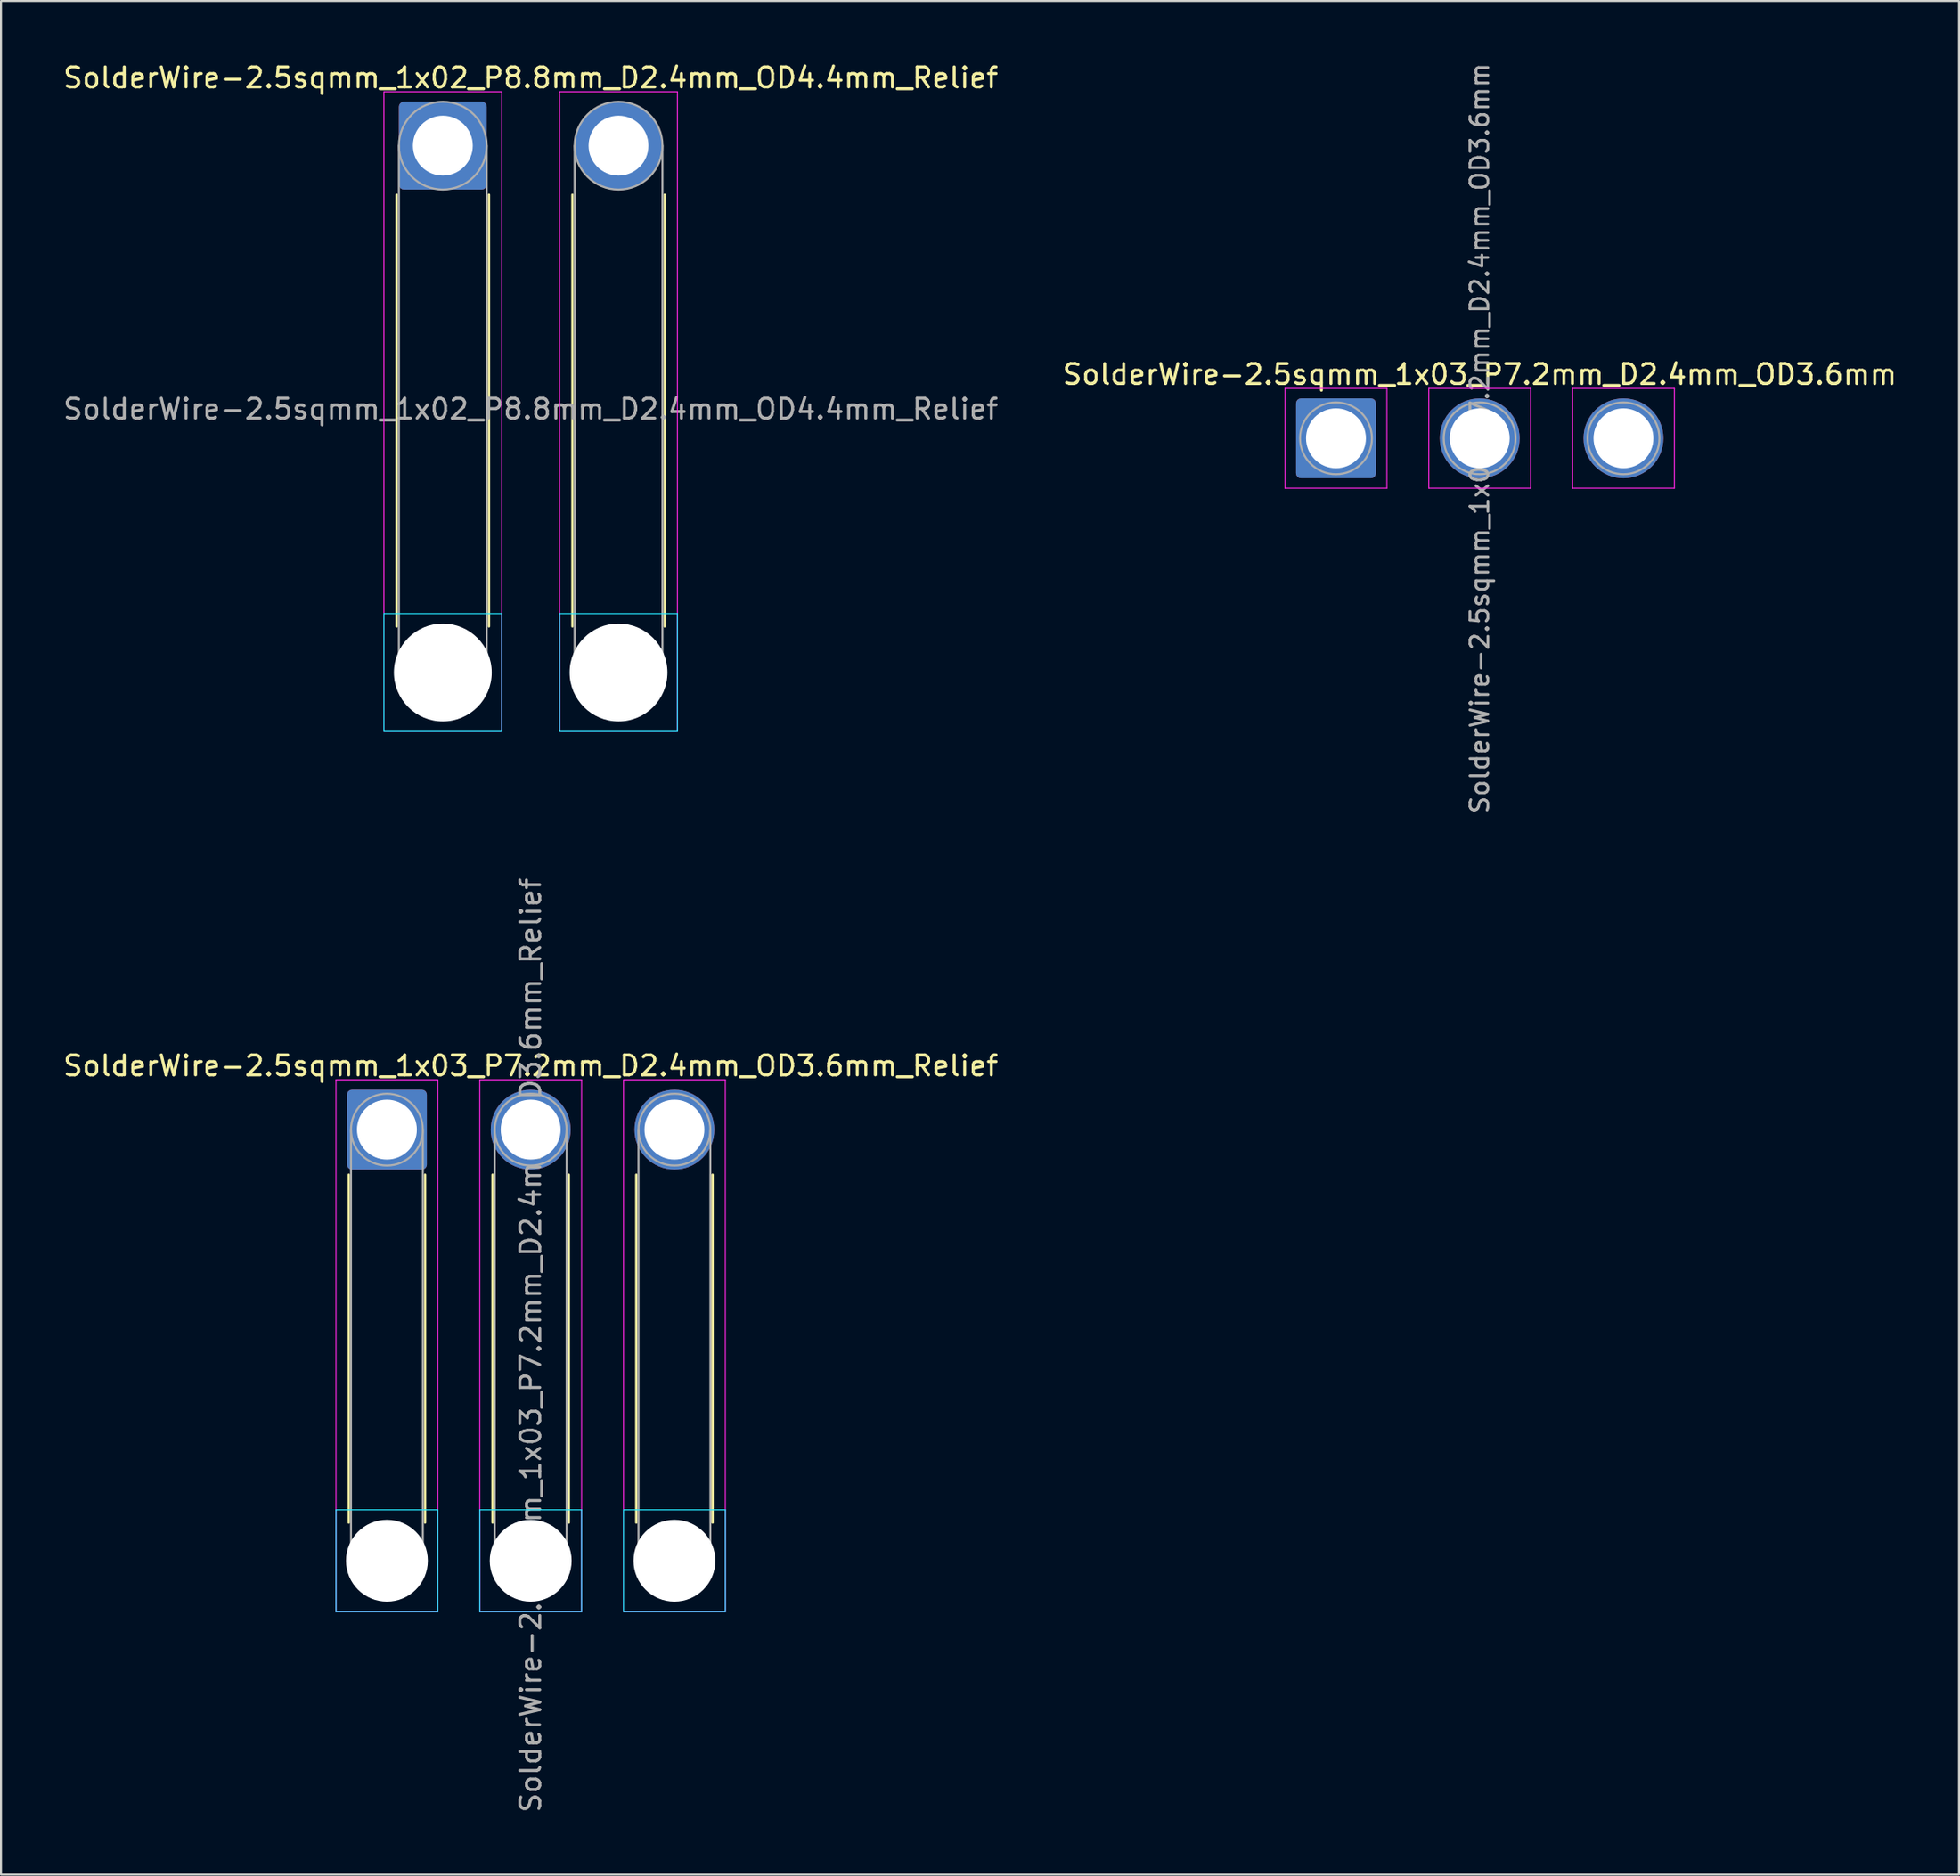
<source format=kicad_pcb>
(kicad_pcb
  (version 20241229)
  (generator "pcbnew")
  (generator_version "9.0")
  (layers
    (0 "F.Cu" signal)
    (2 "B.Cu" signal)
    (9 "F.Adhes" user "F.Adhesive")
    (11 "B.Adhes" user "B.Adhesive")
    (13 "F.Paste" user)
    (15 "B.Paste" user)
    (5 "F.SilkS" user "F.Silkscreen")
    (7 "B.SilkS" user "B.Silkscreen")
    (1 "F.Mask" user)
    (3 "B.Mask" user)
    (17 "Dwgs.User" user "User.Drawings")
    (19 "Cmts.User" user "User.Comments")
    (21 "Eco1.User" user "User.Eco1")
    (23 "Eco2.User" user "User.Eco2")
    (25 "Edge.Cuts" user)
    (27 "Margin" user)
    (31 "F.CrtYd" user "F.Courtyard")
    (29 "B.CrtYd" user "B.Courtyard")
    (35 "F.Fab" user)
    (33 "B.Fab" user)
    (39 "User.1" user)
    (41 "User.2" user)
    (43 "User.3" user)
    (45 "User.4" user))
  (footprint "SolderWire-2.5sqmm_1x02_P8.8mm_D2.4mm_OD4.4mm_Relief"
    (layer "F.Cu")
    (at 19.13 4.248)
    (property "Reference" "SolderWire-2.5sqmm_1x02_P8.8mm_D2.4mm_OD4.4mm_Relief" (at 4.4 -3.4 0) (layer "F.SilkS") (effects (font (size 1 1) (thickness 0.15))))
    (attr exclude_from_pos_files exclude_from_bom)
    (fp_line (start -2.31 2.46) (end -2.31 24.09) (stroke (width 0.12) (type solid)) (layer "F.SilkS"))
    (fp_line (start 2.31 2.46) (end 2.31 24.09) (stroke (width 0.12) (type solid)) (layer "F.SilkS"))
    (fp_line (start 6.49 2.46) (end 6.49 24.09) (stroke (width 0.12) (type solid)) (layer "F.SilkS"))
    (fp_line (start 11.11 2.46) (end 11.11 24.09) (stroke (width 0.12) (type solid)) (layer "F.SilkS"))
    (fp_line (start -2.95 23.45) (end -2.95 29.35) (stroke (width 0.05) (type solid)) (layer "B.CrtYd"))
    (fp_line (start -2.95 29.35) (end 2.95 29.35) (stroke (width 0.05) (type solid)) (layer "B.CrtYd"))
    (fp_line (start 2.95 23.45) (end -2.95 23.45) (stroke (width 0.05) (type solid)) (layer "B.CrtYd"))
    (fp_line (start 2.95 29.35) (end 2.95 23.45) (stroke (width 0.05) (type solid)) (layer "B.CrtYd"))
    (fp_line (start 5.85 23.45) (end 5.85 29.35) (stroke (width 0.05) (type solid)) (layer "B.CrtYd"))
    (fp_line (start 5.85 29.35) (end 11.75 29.35) (stroke (width 0.05) (type solid)) (layer "B.CrtYd"))
    (fp_line (start 11.75 23.45) (end 5.85 23.45) (stroke (width 0.05) (type solid)) (layer "B.CrtYd"))
    (fp_line (start 11.75 29.35) (end 11.75 23.45) (stroke (width 0.05) (type solid)) (layer "B.CrtYd"))
    (fp_line (start -2.95 -2.7) (end -2.95 29.35) (stroke (width 0.05) (type solid)) (layer "F.CrtYd"))
    (fp_line (start -2.95 29.35) (end 2.95 29.35) (stroke (width 0.05) (type solid)) (layer "F.CrtYd"))
    (fp_line (start 2.95 -2.7) (end -2.95 -2.7) (stroke (width 0.05) (type solid)) (layer "F.CrtYd"))
    (fp_line (start 2.95 29.35) (end 2.95 -2.7) (stroke (width 0.05) (type solid)) (layer "F.CrtYd"))
    (fp_line (start 5.85 -2.7) (end 5.85 29.35) (stroke (width 0.05) (type solid)) (layer "F.CrtYd"))
    (fp_line (start 5.85 29.35) (end 11.75 29.35) (stroke (width 0.05) (type solid)) (layer "F.CrtYd"))
    (fp_line (start 11.75 -2.7) (end 5.85 -2.7) (stroke (width 0.05) (type solid)) (layer "F.CrtYd"))
    (fp_line (start 11.75 29.35) (end 11.75 -2.7) (stroke (width 0.05) (type solid)) (layer "F.CrtYd"))
    (fp_line (start -2.2 0) (end -2.2 26.4) (stroke (width 0.1) (type solid)) (layer "F.Fab"))
    (fp_line (start 2.2 0) (end 2.2 26.4) (stroke (width 0.1) (type solid)) (layer "F.Fab"))
    (fp_line (start 6.6 0) (end 6.6 26.4) (stroke (width 0.1) (type solid)) (layer "F.Fab"))
    (fp_line (start 11 0) (end 11 26.4) (stroke (width 0.1) (type solid)) (layer "F.Fab"))
    (fp_circle (center 0 0) (end 2.2 0) (stroke (width 0.1) (type solid)) (fill no) (layer "F.Fab"))
    (fp_circle (center 0 26.4) (end 2.2 26.4) (stroke (width 0.1) (type solid)) (fill no) (layer "F.Fab"))
    (fp_circle (center 8.8 0) (end 11 0) (stroke (width 0.1) (type solid)) (fill no) (layer "F.Fab"))
    (fp_circle (center 8.8 26.4) (end 11 26.4) (stroke (width 0.1) (type solid)) (fill no) (layer "F.Fab"))
    (fp_text user "${REFERENCE}" (at 4.4 13.2 0) (layer "F.Fab") (effects (font (size 1 1) (thickness 0.15))))
    (pad "" np_thru_hole circle (at 0 26.4) (size 4.9 4.9) (drill 4.9) (layers "*.Cu" "*.Mask"))
    (pad "" np_thru_hole circle (at 8.8 26.4) (size 4.9 4.9) (drill 4.9) (layers "*.Cu" "*.Mask"))
    (pad "1" thru_hole roundrect (at 0 0) (size 4.4 4.4) (drill 3) (layers "*.Cu" "*.Mask") (roundrect_rratio 0.057))
    (pad "2" thru_hole circle (at 8.8 0) (size 4.4 4.4) (drill 3) (layers "*.Cu" "*.Mask")))
  (footprint "SolderWire-2.5sqmm_1x03_P7.2mm_D2.4mm_OD3.6mm"
    (layer "F.Cu")
    (at 63.865 18.913)
    (property "Reference" "SolderWire-2.5sqmm_1x03_P7.2mm_D2.4mm_OD3.6mm" (at 7.2 -3.2 0) (layer "F.SilkS") (effects (font (size 1 1) (thickness 0.15))))
    (attr exclude_from_pos_files exclude_from_bom)
    (fp_line (start -2.55 -2.5) (end -2.55 2.5) (stroke (width 0.05) (type solid)) (layer "F.CrtYd"))
    (fp_line (start -2.55 2.5) (end 2.55 2.5) (stroke (width 0.05) (type solid)) (layer "F.CrtYd"))
    (fp_line (start 2.55 -2.5) (end -2.55 -2.5) (stroke (width 0.05) (type solid)) (layer "F.CrtYd"))
    (fp_line (start 2.55 2.5) (end 2.55 -2.5) (stroke (width 0.05) (type solid)) (layer "F.CrtYd"))
    (fp_line (start 4.65 -2.5) (end 4.65 2.5) (stroke (width 0.05) (type solid)) (layer "F.CrtYd"))
    (fp_line (start 4.65 2.5) (end 9.75 2.5) (stroke (width 0.05) (type solid)) (layer "F.CrtYd"))
    (fp_line (start 9.75 -2.5) (end 4.65 -2.5) (stroke (width 0.05) (type solid)) (layer "F.CrtYd"))
    (fp_line (start 9.75 2.5) (end 9.75 -2.5) (stroke (width 0.05) (type solid)) (layer "F.CrtYd"))
    (fp_line (start 11.85 -2.5) (end 11.85 2.5) (stroke (width 0.05) (type solid)) (layer "F.CrtYd"))
    (fp_line (start 11.85 2.5) (end 16.95 2.5) (stroke (width 0.05) (type solid)) (layer "F.CrtYd"))
    (fp_line (start 16.95 -2.5) (end 11.85 -2.5) (stroke (width 0.05) (type solid)) (layer "F.CrtYd"))
    (fp_line (start 16.95 2.5) (end 16.95 -2.5) (stroke (width 0.05) (type solid)) (layer "F.CrtYd"))
    (fp_circle (center 0 0) (end 1.8 0) (stroke (width 0.1) (type solid)) (fill no) (layer "F.Fab"))
    (fp_circle (center 7.2 0) (end 9 0) (stroke (width 0.1) (type solid)) (fill no) (layer "F.Fab"))
    (fp_circle (center 14.4 0) (end 16.2 0) (stroke (width 0.1) (type solid)) (fill no) (layer "F.Fab"))
    (fp_text user "${REFERENCE}" (at 7.2 0 90) (layer "F.Fab") (effects (font (size 0.9 0.9) (thickness 0.14))))
    (pad "1" thru_hole roundrect (at 0 0) (size 4 4) (drill 3) (layers "*.Cu" "*.Mask") (roundrect_rratio 0.062))
    (pad "2" thru_hole circle (at 7.2 0) (size 4 4) (drill 3) (layers "*.Cu" "*.Mask"))
    (pad "3" thru_hole circle (at 14.4 0) (size 4 4) (drill 3) (layers "*.Cu" "*.Mask")))
  (footprint "SolderWire-2.5sqmm_1x03_P7.2mm_D2.4mm_OD3.6mm_Relief"
    (layer "F.Cu")
    (at 16.33 53.555)
    (property "Reference" "SolderWire-2.5sqmm_1x03_P7.2mm_D2.4mm_OD3.6mm_Relief" (at 7.2 -3.2 0) (layer "F.SilkS") (effects (font (size 1 1) (thickness 0.15))))
    (attr exclude_from_pos_files exclude_from_bom)
    (fp_line (start -1.91 2.26) (end -1.91 19.69) (stroke (width 0.12) (type solid)) (layer "F.SilkS"))
    (fp_line (start 1.91 2.26) (end 1.91 19.69) (stroke (width 0.12) (type solid)) (layer "F.SilkS"))
    (fp_line (start 5.29 2.26) (end 5.29 19.69) (stroke (width 0.12) (type solid)) (layer "F.SilkS"))
    (fp_line (start 9.11 2.26) (end 9.11 19.69) (stroke (width 0.12) (type solid)) (layer "F.SilkS"))
    (fp_line (start 12.49 2.26) (end 12.49 19.69) (stroke (width 0.12) (type solid)) (layer "F.SilkS"))
    (fp_line (start 16.31 2.26) (end 16.31 19.69) (stroke (width 0.12) (type solid)) (layer "F.SilkS"))
    (fp_line (start -2.55 19.05) (end -2.55 24.15) (stroke (width 0.05) (type solid)) (layer "B.CrtYd"))
    (fp_line (start -2.55 24.15) (end 2.55 24.15) (stroke (width 0.05) (type solid)) (layer "B.CrtYd"))
    (fp_line (start 2.55 19.05) (end -2.55 19.05) (stroke (width 0.05) (type solid)) (layer "B.CrtYd"))
    (fp_line (start 2.55 24.15) (end 2.55 19.05) (stroke (width 0.05) (type solid)) (layer "B.CrtYd"))
    (fp_line (start 4.65 19.05) (end 4.65 24.15) (stroke (width 0.05) (type solid)) (layer "B.CrtYd"))
    (fp_line (start 4.65 24.15) (end 9.75 24.15) (stroke (width 0.05) (type solid)) (layer "B.CrtYd"))
    (fp_line (start 9.75 19.05) (end 4.65 19.05) (stroke (width 0.05) (type solid)) (layer "B.CrtYd"))
    (fp_line (start 9.75 24.15) (end 9.75 19.05) (stroke (width 0.05) (type solid)) (layer "B.CrtYd"))
    (fp_line (start 11.85 19.05) (end 11.85 24.15) (stroke (width 0.05) (type solid)) (layer "B.CrtYd"))
    (fp_line (start 11.85 24.15) (end 16.95 24.15) (stroke (width 0.05) (type solid)) (layer "B.CrtYd"))
    (fp_line (start 16.95 19.05) (end 11.85 19.05) (stroke (width 0.05) (type solid)) (layer "B.CrtYd"))
    (fp_line (start 16.95 24.15) (end 16.95 19.05) (stroke (width 0.05) (type solid)) (layer "B.CrtYd"))
    (fp_line (start -2.55 -2.5) (end -2.55 24.15) (stroke (width 0.05) (type solid)) (layer "F.CrtYd"))
    (fp_line (start -2.55 24.15) (end 2.55 24.15) (stroke (width 0.05) (type solid)) (layer "F.CrtYd"))
    (fp_line (start 2.55 -2.5) (end -2.55 -2.5) (stroke (width 0.05) (type solid)) (layer "F.CrtYd"))
    (fp_line (start 2.55 24.15) (end 2.55 -2.5) (stroke (width 0.05) (type solid)) (layer "F.CrtYd"))
    (fp_line (start 4.65 -2.5) (end 4.65 24.15) (stroke (width 0.05) (type solid)) (layer "F.CrtYd"))
    (fp_line (start 4.65 24.15) (end 9.75 24.15) (stroke (width 0.05) (type solid)) (layer "F.CrtYd"))
    (fp_line (start 9.75 -2.5) (end 4.65 -2.5) (stroke (width 0.05) (type solid)) (layer "F.CrtYd"))
    (fp_line (start 9.75 24.15) (end 9.75 -2.5) (stroke (width 0.05) (type solid)) (layer "F.CrtYd"))
    (fp_line (start 11.85 -2.5) (end 11.85 24.15) (stroke (width 0.05) (type solid)) (layer "F.CrtYd"))
    (fp_line (start 11.85 24.15) (end 16.95 24.15) (stroke (width 0.05) (type solid)) (layer "F.CrtYd"))
    (fp_line (start 16.95 -2.5) (end 11.85 -2.5) (stroke (width 0.05) (type solid)) (layer "F.CrtYd"))
    (fp_line (start 16.95 24.15) (end 16.95 -2.5) (stroke (width 0.05) (type solid)) (layer "F.CrtYd"))
    (fp_line (start -1.8 0) (end -1.8 21.6) (stroke (width 0.1) (type solid)) (layer "F.Fab"))
    (fp_line (start 1.8 0) (end 1.8 21.6) (stroke (width 0.1) (type solid)) (layer "F.Fab"))
    (fp_line (start 5.4 0) (end 5.4 21.6) (stroke (width 0.1) (type solid)) (layer "F.Fab"))
    (fp_line (start 9 0) (end 9 21.6) (stroke (width 0.1) (type solid)) (layer "F.Fab"))
    (fp_line (start 12.6 0) (end 12.6 21.6) (stroke (width 0.1) (type solid)) (layer "F.Fab"))
    (fp_line (start 16.2 0) (end 16.2 21.6) (stroke (width 0.1) (type solid)) (layer "F.Fab"))
    (fp_circle (center 0 0) (end 1.8 0) (stroke (width 0.1) (type solid)) (fill no) (layer "F.Fab"))
    (fp_circle (center 0 21.6) (end 1.8 21.6) (stroke (width 0.1) (type solid)) (fill no) (layer "F.Fab"))
    (fp_circle (center 7.2 0) (end 9 0) (stroke (width 0.1) (type solid)) (fill no) (layer "F.Fab"))
    (fp_circle (center 7.2 21.6) (end 9 21.6) (stroke (width 0.1) (type solid)) (fill no) (layer "F.Fab"))
    (fp_circle (center 14.4 0) (end 16.2 0) (stroke (width 0.1) (type solid)) (fill no) (layer "F.Fab"))
    (fp_circle (center 14.4 21.6) (end 16.2 21.6) (stroke (width 0.1) (type solid)) (fill no) (layer "F.Fab"))
    (fp_text user "${REFERENCE}" (at 7.2 10.8 90) (layer "F.Fab") (effects (font (size 1 1) (thickness 0.15))))
    (pad "" np_thru_hole circle (at 0 21.6) (size 4.1 4.1) (drill 4.1) (layers "*.Cu" "*.Mask"))
    (pad "" np_thru_hole circle (at 7.2 21.6) (size 4.1 4.1) (drill 4.1) (layers "*.Cu" "*.Mask"))
    (pad "" np_thru_hole circle (at 14.4 21.6) (size 4.1 4.1) (drill 4.1) (layers "*.Cu" "*.Mask"))
    (pad "1" thru_hole roundrect (at 0 0) (size 4 4) (drill 3) (layers "*.Cu" "*.Mask") (roundrect_rratio 0.062))
    (pad "2" thru_hole circle (at 7.2 0) (size 4 4) (drill 3) (layers "*.Cu" "*.Mask"))
    (pad "3" thru_hole circle (at 14.4 0) (size 4 4) (drill 3) (layers "*.Cu" "*.Mask")))
  (gr_rect
    (start -3 -3)
    (end 95.071 90.885)
    (stroke (width 0.1) (type default))
    (fill no)
    (layer "Edge.Cuts")))
</source>
